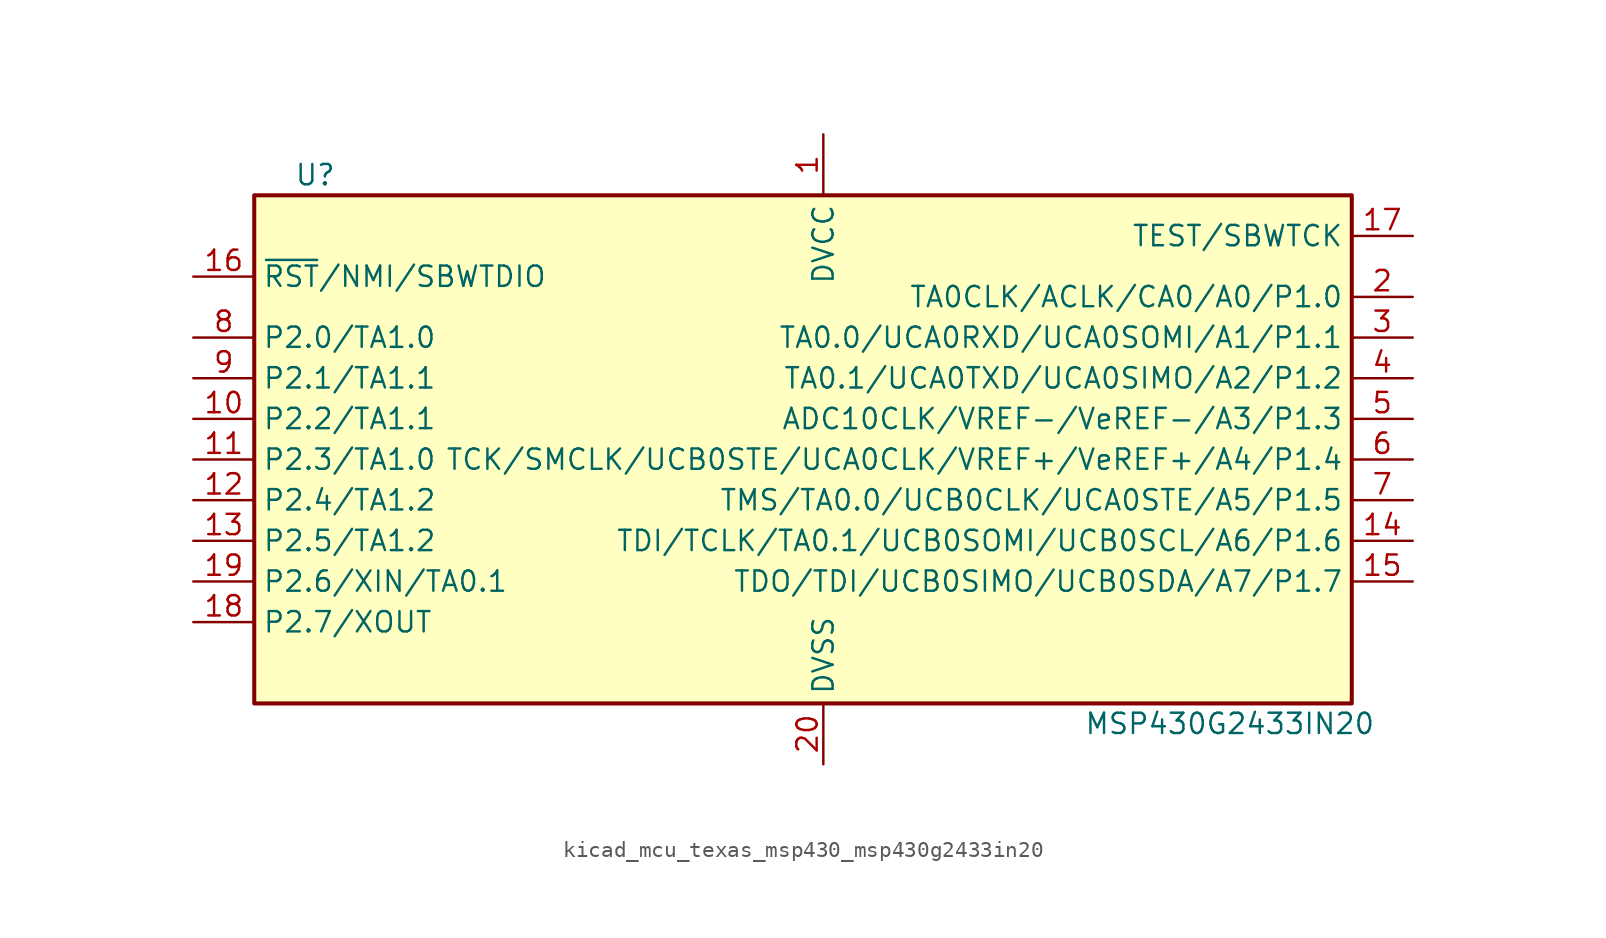
<source format=kicad_sym>
(kicad_symbol_lib
  (version 20220914)
  (generator kicad_symbol_editor)
  (symbol "kicad_mcu_texas_msp430_msp430g2433in20"
    (property "Reference" "U"
      (at -30.48 17.78 0)
      (effects (font (size 1.27 1.27))))
    (property "Value" "MSP430G2433IN20"
      (at 26.67 -16.51 0)
      (effects (font (size 1.27 1.27))))
    (symbol "kicad_mcu_texas_msp430_msp430g2433in20_0_1"
      (rectangle (start -34.29 16.51) (end 34.29 -15.24) (stroke (width 0.254) (type default)) (fill (type background))))
    (symbol "kicad_mcu_texas_msp430_msp430g2433in20_1_1"
      (pin power_in line (at 1.27 20.32 270) (length 3.81) (name "DVCC" (effects (font (size 1.27 1.27)))) (number "1" (effects (font (size 1.27 1.27)))))
      (pin bidirectional line (at -38.1 2.54 0) (length 3.81) (name "P2.2/TA1.1" (effects (font (size 1.27 1.27)))) (number "10" (effects (font (size 1.27 1.27)))))
      (pin bidirectional line (at -38.1 0 0) (length 3.81) (name "P2.3/TA1.0" (effects (font (size 1.27 1.27)))) (number "11" (effects (font (size 1.27 1.27)))))
      (pin bidirectional line (at -38.1 -2.54 0) (length 3.81) (name "P2.4/TA1.2" (effects (font (size 1.27 1.27)))) (number "12" (effects (font (size 1.27 1.27)))))
      (pin bidirectional line (at -38.1 -5.08 0) (length 3.81) (name "P2.5/TA1.2" (effects (font (size 1.27 1.27)))) (number "13" (effects (font (size 1.27 1.27)))))
      (pin bidirectional line (at 38.1 -5.08 180) (length 3.81) (name "TDI/TCLK/TA0.1/UCB0SOMI/UCB0SCL/A6/P1.6" (effects (font (size 1.27 1.27)))) (number "14" (effects (font (size 1.27 1.27)))))
      (pin bidirectional line (at 38.1 -7.62 180) (length 3.81) (name "TDO/TDI/UCB0SIMO/UCB0SDA/A7/P1.7" (effects (font (size 1.27 1.27)))) (number "15" (effects (font (size 1.27 1.27)))))
      (pin input line (at -38.1 11.43 0) (length 3.81) (name "~{RST}/NMI/SBWTDIO" (effects (font (size 1.27 1.27)))) (number "16" (effects (font (size 1.27 1.27)))))
      (pin input line (at 38.1 13.97 180) (length 3.81) (name "TEST/SBWTCK" (effects (font (size 1.27 1.27)))) (number "17" (effects (font (size 1.27 1.27)))))
      (pin bidirectional line (at -38.1 -10.16 0) (length 3.81) (name "P2.7/XOUT" (effects (font (size 1.27 1.27)))) (number "18" (effects (font (size 1.27 1.27)))))
      (pin bidirectional line (at -38.1 -7.62 0) (length 3.81) (name "P2.6/XIN/TA0.1" (effects (font (size 1.27 1.27)))) (number "19" (effects (font (size 1.27 1.27)))))
      (pin bidirectional line (at 38.1 10.16 180) (length 3.81) (name "TA0CLK/ACLK/CA0/A0/P1.0" (effects (font (size 1.27 1.27)))) (number "2" (effects (font (size 1.27 1.27)))))
      (pin power_in line (at 1.27 -19.05 90) (length 3.81) (name "DVSS" (effects (font (size 1.27 1.27)))) (number "20" (effects (font (size 1.27 1.27)))))
      (pin bidirectional line (at 38.1 7.62 180) (length 3.81) (name "TA0.0/UCA0RXD/UCA0SOMI/A1/P1.1" (effects (font (size 1.27 1.27)))) (number "3" (effects (font (size 1.27 1.27)))))
      (pin bidirectional line (at 38.1 5.08 180) (length 3.81) (name "TA0.1/UCA0TXD/UCA0SIMO/A2/P1.2" (effects (font (size 1.27 1.27)))) (number "4" (effects (font (size 1.27 1.27)))))
      (pin bidirectional line (at 38.1 2.54 180) (length 3.81) (name "ADC10CLK/VREF-/VeREF-/A3/P1.3" (effects (font (size 1.27 1.27)))) (number "5" (effects (font (size 1.27 1.27)))))
      (pin bidirectional line (at 38.1 0 180) (length 3.81) (name "TCK/SMCLK/UCB0STE/UCA0CLK/VREF+/VeREF+/A4/P1.4" (effects (font (size 1.27 1.27)))) (number "6" (effects (font (size 1.27 1.27)))))
      (pin bidirectional line (at 38.1 -2.54 180) (length 3.81) (name "TMS/TA0.0/UCB0CLK/UCA0STE/A5/P1.5" (effects (font (size 1.27 1.27)))) (number "7" (effects (font (size 1.27 1.27)))))
      (pin bidirectional line (at -38.1 7.62 0) (length 3.81) (name "P2.0/TA1.0" (effects (font (size 1.27 1.27)))) (number "8" (effects (font (size 1.27 1.27)))))
      (pin bidirectional line (at -38.1 5.08 0) (length 3.81) (name "P2.1/TA1.1" (effects (font (size 1.27 1.27)))) (number "9" (effects (font (size 1.27 1.27))))))))
</source>
